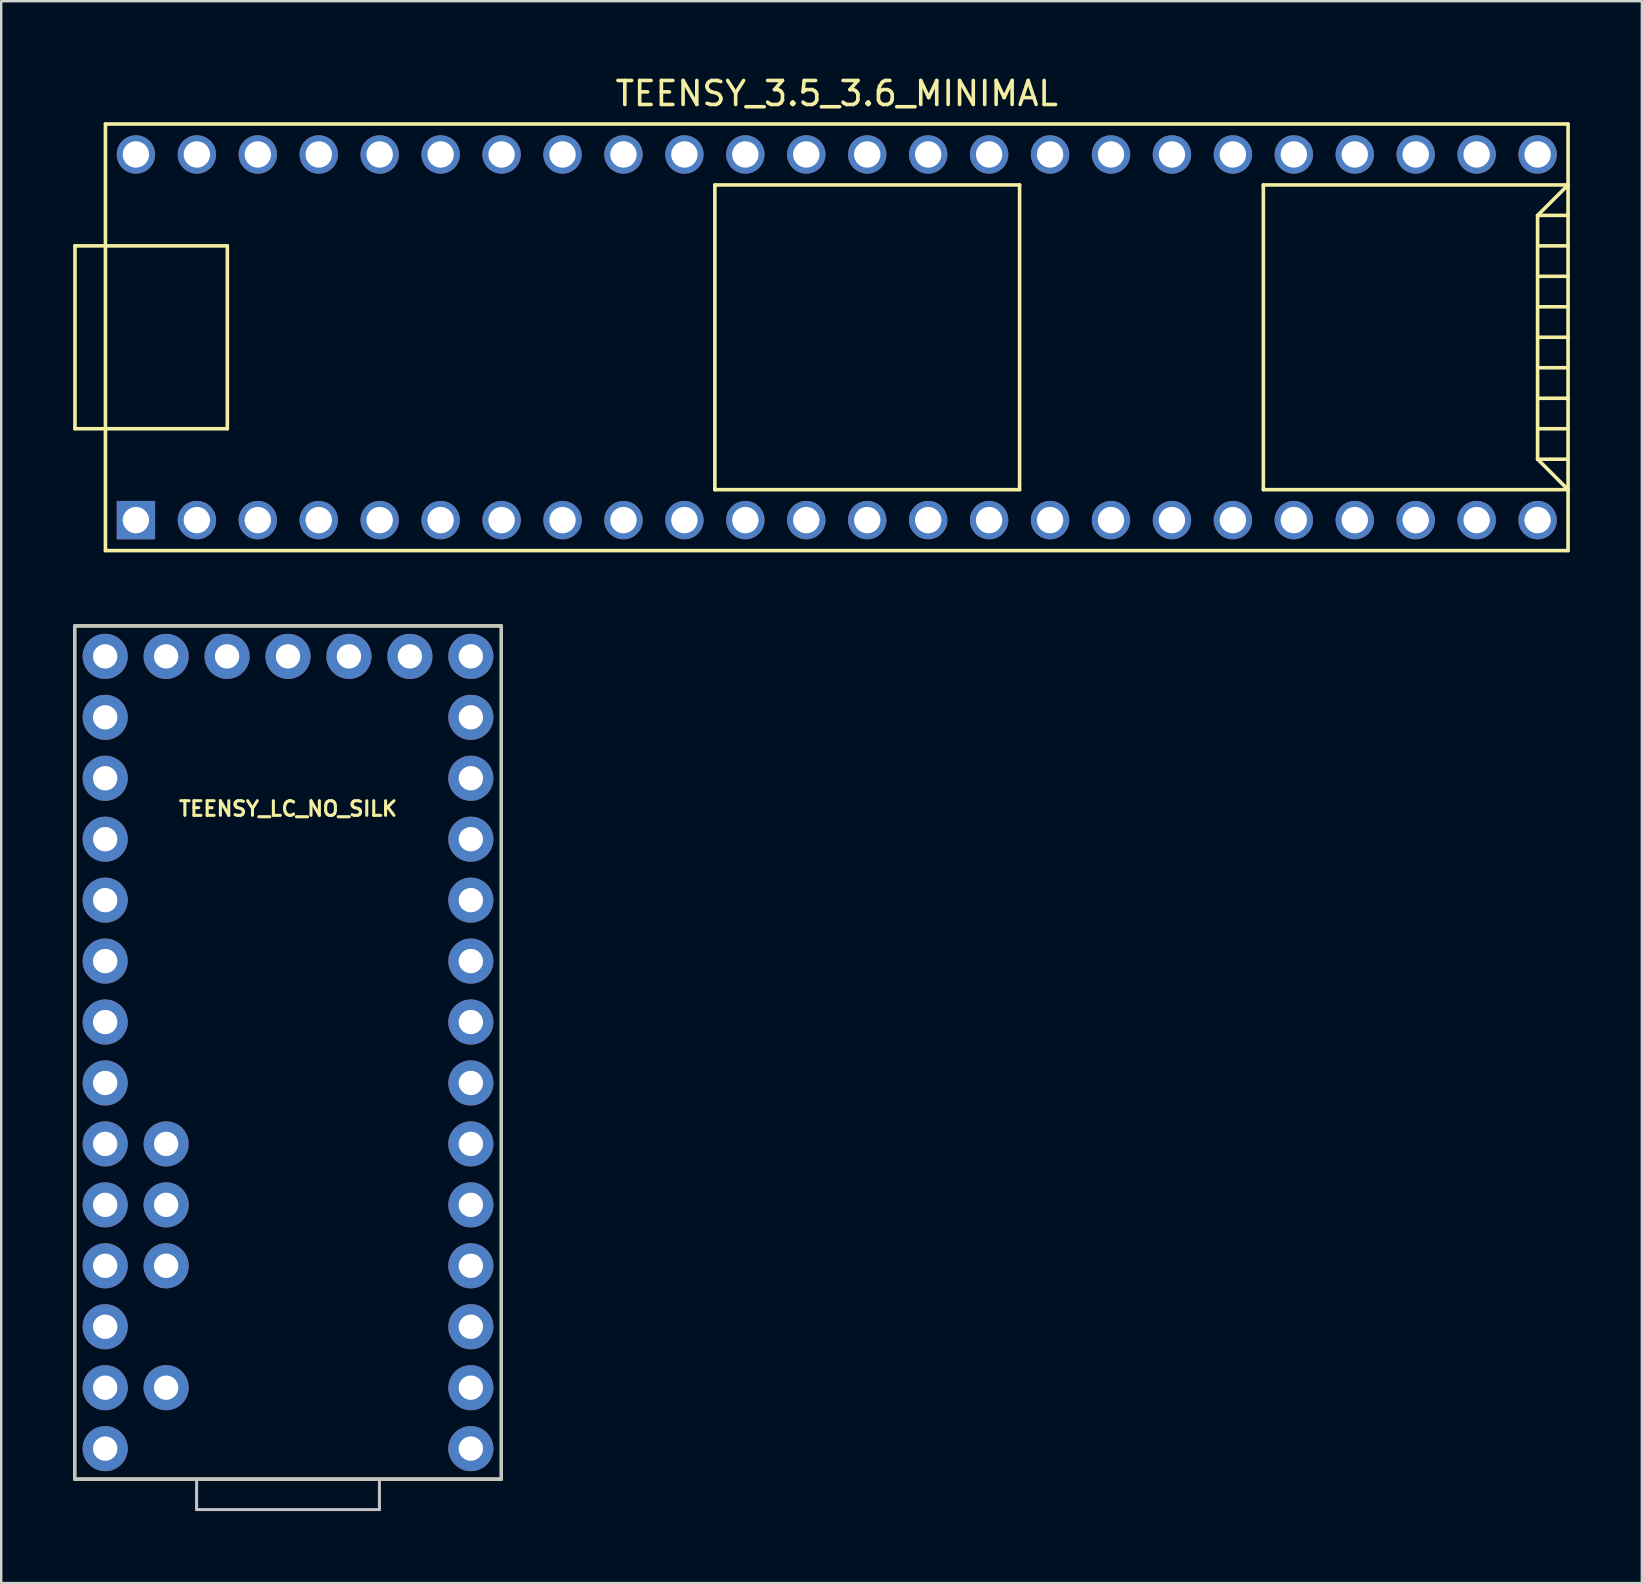
<source format=kicad_pcb>
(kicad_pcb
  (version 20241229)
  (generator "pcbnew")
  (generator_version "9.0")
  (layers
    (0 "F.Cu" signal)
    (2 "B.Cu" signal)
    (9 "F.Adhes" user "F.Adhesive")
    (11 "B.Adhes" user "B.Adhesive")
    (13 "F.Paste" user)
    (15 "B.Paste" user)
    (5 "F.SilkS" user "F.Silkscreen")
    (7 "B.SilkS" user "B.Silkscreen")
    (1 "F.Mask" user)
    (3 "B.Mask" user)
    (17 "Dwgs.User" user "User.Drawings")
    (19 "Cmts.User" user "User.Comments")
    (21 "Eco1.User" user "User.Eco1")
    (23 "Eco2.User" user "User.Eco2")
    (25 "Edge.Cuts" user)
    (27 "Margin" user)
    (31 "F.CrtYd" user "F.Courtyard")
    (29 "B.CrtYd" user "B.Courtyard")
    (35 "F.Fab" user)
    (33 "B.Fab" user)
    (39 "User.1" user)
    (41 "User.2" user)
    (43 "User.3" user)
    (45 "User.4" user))
  (footprint "TEENSY_3.5_3.6_MINIMAL"
    (layer "F.Cu")
    (at 31.825 11.008)
    (property "Reference" "TEENSY_3.5_3.6_MINIMAL" (at 0 -10.16 0) (layer "F.SilkS") (effects (font (size 1 1) (thickness 0.15))))
    (attr through_hole)
    (fp_line (start -31.75 -3.81) (end -30.48 -3.81) (stroke (width 0.15) (type solid)) (layer "F.SilkS"))
    (fp_line (start -31.75 3.81) (end -31.75 -3.81) (stroke (width 0.15) (type solid)) (layer "F.SilkS"))
    (fp_line (start -30.48 3.81) (end -31.75 3.81) (stroke (width 0.15) (type solid)) (layer "F.SilkS"))
    (fp_line (start -30.48 8.89) (end -30.48 -8.89) (stroke (width 0.15) (type solid)) (layer "F.SilkS"))
    (fp_line (start -30.48 8.89) (end 30.48 8.89) (stroke (width 0.15) (type solid)) (layer "F.SilkS"))
    (fp_line (start -25.4 -3.81) (end -30.48 -3.81) (stroke (width 0.15) (type solid)) (layer "F.SilkS"))
    (fp_line (start -25.4 3.81) (end -30.48 3.81) (stroke (width 0.15) (type solid)) (layer "F.SilkS"))
    (fp_line (start -25.4 3.81) (end -25.4 -3.81) (stroke (width 0.15) (type solid)) (layer "F.SilkS"))
    (fp_line (start -5.08 -6.35) (end -5.08 6.35) (stroke (width 0.15) (type solid)) (layer "F.SilkS"))
    (fp_line (start -5.08 -6.35) (end 7.62 -6.35) (stroke (width 0.15) (type solid)) (layer "F.SilkS"))
    (fp_line (start -5.08 6.35) (end 7.62 6.35) (stroke (width 0.15) (type solid)) (layer "F.SilkS"))
    (fp_line (start 7.62 6.35) (end 7.62 -6.35) (stroke (width 0.15) (type solid)) (layer "F.SilkS"))
    (fp_line (start 17.78 -6.35) (end 17.78 6.35) (stroke (width 0.15) (type solid)) (layer "F.SilkS"))
    (fp_line (start 17.78 6.35) (end 30.48 6.35) (stroke (width 0.15) (type solid)) (layer "F.SilkS"))
    (fp_line (start 29.21 -5.08) (end 30.48 -6.35) (stroke (width 0.15) (type solid)) (layer "F.SilkS"))
    (fp_line (start 29.21 -5.08) (end 30.48 -5.08) (stroke (width 0.15) (type solid)) (layer "F.SilkS"))
    (fp_line (start 29.21 -3.81) (end 30.48 -3.81) (stroke (width 0.15) (type solid)) (layer "F.SilkS"))
    (fp_line (start 29.21 -2.54) (end 30.48 -2.54) (stroke (width 0.15) (type solid)) (layer "F.SilkS"))
    (fp_line (start 29.21 -1.27) (end 30.48 -1.27) (stroke (width 0.15) (type solid)) (layer "F.SilkS"))
    (fp_line (start 29.21 0) (end 30.48 0) (stroke (width 0.15) (type solid)) (layer "F.SilkS"))
    (fp_line (start 29.21 1.27) (end 30.48 1.27) (stroke (width 0.15) (type solid)) (layer "F.SilkS"))
    (fp_line (start 29.21 2.54) (end 30.48 2.54) (stroke (width 0.15) (type solid)) (layer "F.SilkS"))
    (fp_line (start 29.21 3.81) (end 30.48 3.81) (stroke (width 0.15) (type solid)) (layer "F.SilkS"))
    (fp_line (start 29.21 5.08) (end 29.21 -5.08) (stroke (width 0.15) (type solid)) (layer "F.SilkS"))
    (fp_line (start 29.21 5.08) (end 30.48 5.08) (stroke (width 0.15) (type solid)) (layer "F.SilkS"))
    (fp_line (start 30.48 -8.89) (end -30.48 -8.89) (stroke (width 0.15) (type solid)) (layer "F.SilkS"))
    (fp_line (start 30.48 -8.89) (end 30.48 8.89) (stroke (width 0.15) (type solid)) (layer "F.SilkS"))
    (fp_line (start 30.48 -6.35) (end 17.78 -6.35) (stroke (width 0.15) (type solid)) (layer "F.SilkS"))
    (fp_line (start 30.48 6.35) (end 29.21 5.08) (stroke (width 0.15) (type solid)) (layer "F.SilkS"))
    (pad "1" thru_hole rect (at -29.21 7.62) (size 1.6 1.6) (drill 1.1) (layers "*.Cu" "*.Mask"))
    (pad "2" thru_hole circle (at -26.67 7.62) (size 1.6 1.6) (drill 1.1) (layers "*.Cu" "*.Mask"))
    (pad "3" thru_hole circle (at -24.13 7.62) (size 1.6 1.6) (drill 1.1) (layers "*.Cu" "*.Mask"))
    (pad "4" thru_hole circle (at -21.59 7.62) (size 1.6 1.6) (drill 1.1) (layers "*.Cu" "*.Mask"))
    (pad "5" thru_hole circle (at -19.05 7.62) (size 1.6 1.6) (drill 1.1) (layers "*.Cu" "*.Mask"))
    (pad "6" thru_hole circle (at -16.51 7.62) (size 1.6 1.6) (drill 1.1) (layers "*.Cu" "*.Mask"))
    (pad "7" thru_hole circle (at -13.97 7.62) (size 1.6 1.6) (drill 1.1) (layers "*.Cu" "*.Mask"))
    (pad "8" thru_hole circle (at -11.43 7.62) (size 1.6 1.6) (drill 1.1) (layers "*.Cu" "*.Mask"))
    (pad "9" thru_hole circle (at -8.89 7.62) (size 1.6 1.6) (drill 1.1) (layers "*.Cu" "*.Mask"))
    (pad "10" thru_hole circle (at -6.35 7.62) (size 1.6 1.6) (drill 1.1) (layers "*.Cu" "*.Mask"))
    (pad "11" thru_hole circle (at -3.81 7.62) (size 1.6 1.6) (drill 1.1) (layers "*.Cu" "*.Mask"))
    (pad "12" thru_hole circle (at -1.27 7.62) (size 1.6 1.6) (drill 1.1) (layers "*.Cu" "*.Mask"))
    (pad "13" thru_hole circle (at 1.27 7.62) (size 1.6 1.6) (drill 1.1) (layers "*.Cu" "*.Mask"))
    (pad "14" thru_hole circle (at 3.81 7.62) (size 1.6 1.6) (drill 1.1) (layers "*.Cu" "*.Mask"))
    (pad "15" thru_hole circle (at 6.35 7.62) (size 1.6 1.6) (drill 1.1) (layers "*.Cu" "*.Mask"))
    (pad "16" thru_hole circle (at 8.89 7.62) (size 1.6 1.6) (drill 1.1) (layers "*.Cu" "*.Mask"))
    (pad "17" thru_hole circle (at 11.43 7.62) (size 1.6 1.6) (drill 1.1) (layers "*.Cu" "*.Mask"))
    (pad "18" thru_hole circle (at 13.97 7.62) (size 1.6 1.6) (drill 1.1) (layers "*.Cu" "*.Mask"))
    (pad "19" thru_hole circle (at 16.51 7.62) (size 1.6 1.6) (drill 1.1) (layers "*.Cu" "*.Mask"))
    (pad "20" thru_hole circle (at 19.05 7.62) (size 1.6 1.6) (drill 1.1) (layers "*.Cu" "*.Mask"))
    (pad "21" thru_hole circle (at 21.59 7.62) (size 1.6 1.6) (drill 1.1) (layers "*.Cu" "*.Mask"))
    (pad "22" thru_hole circle (at 24.13 7.62) (size 1.6 1.6) (drill 1.1) (layers "*.Cu" "*.Mask"))
    (pad "23" thru_hole circle (at 26.67 7.62) (size 1.6 1.6) (drill 1.1) (layers "*.Cu" "*.Mask"))
    (pad "24" thru_hole circle (at 29.21 7.62) (size 1.6 1.6) (drill 1.1) (layers "*.Cu" "*.Mask"))
    (pad "25" thru_hole circle (at 29.21 -7.62) (size 1.6 1.6) (drill 1.1) (layers "*.Cu" "*.Mask"))
    (pad "26" thru_hole circle (at 26.67 -7.62) (size 1.6 1.6) (drill 1.1) (layers "*.Cu" "*.Mask"))
    (pad "27" thru_hole circle (at 24.13 -7.62) (size 1.6 1.6) (drill 1.1) (layers "*.Cu" "*.Mask"))
    (pad "28" thru_hole circle (at 21.59 -7.62) (size 1.6 1.6) (drill 1.1) (layers "*.Cu" "*.Mask"))
    (pad "29" thru_hole circle (at 19.05 -7.62) (size 1.6 1.6) (drill 1.1) (layers "*.Cu" "*.Mask"))
    (pad "30" thru_hole circle (at 16.51 -7.62) (size 1.6 1.6) (drill 1.1) (layers "*.Cu" "*.Mask"))
    (pad "31" thru_hole circle (at 13.97 -7.62) (size 1.6 1.6) (drill 1.1) (layers "*.Cu" "*.Mask"))
    (pad "32" thru_hole circle (at 11.43 -7.62) (size 1.6 1.6) (drill 1.1) (layers "*.Cu" "*.Mask"))
    (pad "33" thru_hole circle (at 8.89 -7.62) (size 1.6 1.6) (drill 1.1) (layers "*.Cu" "*.Mask"))
    (pad "34" thru_hole circle (at 6.35 -7.62) (size 1.6 1.6) (drill 1.1) (layers "*.Cu" "*.Mask"))
    (pad "35" thru_hole circle (at 3.81 -7.62) (size 1.6 1.6) (drill 1.1) (layers "*.Cu" "*.Mask"))
    (pad "36" thru_hole circle (at 1.27 -7.62) (size 1.6 1.6) (drill 1.1) (layers "*.Cu" "*.Mask"))
    (pad "37" thru_hole circle (at -1.27 -7.62) (size 1.6 1.6) (drill 1.1) (layers "*.Cu" "*.Mask"))
    (pad "38" thru_hole circle (at -3.81 -7.62) (size 1.6 1.6) (drill 1.1) (layers "*.Cu" "*.Mask"))
    (pad "39" thru_hole circle (at -6.35 -7.62) (size 1.6 1.6) (drill 1.1) (layers "*.Cu" "*.Mask"))
    (pad "40" thru_hole circle (at -8.89 -7.62) (size 1.6 1.6) (drill 1.1) (layers "*.Cu" "*.Mask"))
    (pad "41" thru_hole circle (at -11.43 -7.62) (size 1.6 1.6) (drill 1.1) (layers "*.Cu" "*.Mask"))
    (pad "42" thru_hole circle (at -13.97 -7.62) (size 1.6 1.6) (drill 1.1) (layers "*.Cu" "*.Mask"))
    (pad "43" thru_hole circle (at -16.51 -7.62) (size 1.6 1.6) (drill 1.1) (layers "*.Cu" "*.Mask"))
    (pad "44" thru_hole circle (at -19.05 -7.62) (size 1.6 1.6) (drill 1.1) (layers "*.Cu" "*.Mask"))
    (pad "45" thru_hole circle (at -21.59 -7.62) (size 1.6 1.6) (drill 1.1) (layers "*.Cu" "*.Mask"))
    (pad "46" thru_hole circle (at -24.13 -7.62) (size 1.6 1.6) (drill 1.1) (layers "*.Cu" "*.Mask"))
    (pad "47" thru_hole circle (at -26.67 -7.62) (size 1.6 1.6) (drill 1.1) (layers "*.Cu" "*.Mask"))
    (pad "48" thru_hole circle (at -29.21 -7.62) (size 1.6 1.6) (drill 1.1) (layers "*.Cu" "*.Mask")))
  (footprint "TEENSY_LC_NO_SILK"
    (layer "F.Cu")
    (at 8.954 40.817)
    (property "Reference" "TEENSY_LC_NO_SILK" (at 0 -10.16 0) (layer "F.SilkS") (effects (font (size 0.61 0.61) (thickness 0.127))))
    (attr exclude_from_pos_files exclude_from_bom)
    (fp_line (start -8.89 -17.78) (end 8.89 -17.78) (stroke (width 0.127) (type solid)) (layer "F.SilkS"))
    (fp_line (start -8.89 -17.78) (end 8.89 -17.78) (stroke (width 0.127) (type solid)) (layer "F.SilkS"))
    (fp_line (start -8.89 17.78) (end -8.89 -17.78) (stroke (width 0.127) (type solid)) (layer "F.SilkS"))
    (fp_line (start -8.89 17.78) (end -8.89 -17.78) (stroke (width 0.127) (type solid)) (layer "F.SilkS"))
    (fp_line (start 8.89 -17.78) (end 8.89 17.78) (stroke (width 0.127) (type solid)) (layer "F.SilkS"))
    (fp_line (start 8.89 -17.78) (end 8.89 17.78) (stroke (width 0.127) (type solid)) (layer "F.SilkS"))
    (fp_line (start 8.89 17.78) (end -8.89 17.78) (stroke (width 0.127) (type solid)) (layer "F.SilkS"))
    (fp_line (start 8.89 17.78) (end -8.89 17.78) (stroke (width 0.127) (type solid)) (layer "F.SilkS"))
    (fp_line (start -8.89 -17.78) (end 8.89 -17.78) (stroke (width 0.127) (type solid)) (layer "Dwgs.User"))
    (fp_line (start -8.89 17.78) (end -8.89 -17.78) (stroke (width 0.127) (type solid)) (layer "Dwgs.User"))
    (fp_line (start -3.81 17.78) (end -8.89 17.78) (stroke (width 0.127) (type solid)) (layer "Dwgs.User"))
    (fp_line (start -3.81 19.05) (end -3.81 17.78) (stroke (width 0.127) (type solid)) (layer "Dwgs.User"))
    (fp_line (start -3.81 19.05) (end 3.81 19.05) (stroke (width 0.127) (type solid)) (layer "Dwgs.User"))
    (fp_line (start 3.81 17.78) (end -3.81 17.78) (stroke (width 0.127) (type solid)) (layer "Dwgs.User"))
    (fp_line (start 3.81 19.05) (end 3.81 17.78) (stroke (width 0.127) (type solid)) (layer "Dwgs.User"))
    (fp_line (start 8.89 -17.78) (end 8.89 17.78) (stroke (width 0.127) (type solid)) (layer "Dwgs.User"))
    (fp_line (start 8.89 17.78) (end 3.81 17.78) (stroke (width 0.127) (type solid)) (layer "Dwgs.User"))
    (pad "0" thru_hole circle (at 7.62 13.97) (size 1.88 1.88) (drill 1.016) (layers "*.Cu" "*.Mask"))
    (pad "1" thru_hole circle (at 7.62 11.43) (size 1.88 1.88) (drill 1.016) (layers "*.Cu" "*.Mask"))
    (pad "2" thru_hole circle (at 7.62 8.89) (size 1.88 1.88) (drill 1.016) (layers "*.Cu" "*.Mask"))
    (pad "3" thru_hole circle (at 7.62 6.35) (size 1.88 1.88) (drill 1.016) (layers "*.Cu" "*.Mask"))
    (pad "3.3V" thru_hole circle (at 2.54 -16.51) (size 1.88 1.88) (drill 1.016) (layers "*.Cu" "*.Mask"))
    (pad "3V" thru_hole circle (at -7.62 11.43) (size 1.88 1.88) (drill 1.016) (layers "*.Cu" "*.Mask"))
    (pad "4" thru_hole circle (at 7.62 3.81) (size 1.88 1.88) (drill 1.016) (layers "*.Cu" "*.Mask"))
    (pad "5" thru_hole circle (at 7.62 1.27) (size 1.88 1.88) (drill 1.016) (layers "*.Cu" "*.Mask"))
    (pad "6" thru_hole circle (at 7.62 -1.27) (size 1.88 1.88) (drill 1.016) (layers "*.Cu" "*.Mask"))
    (pad "7" thru_hole circle (at 7.62 -3.81) (size 1.88 1.88) (drill 1.016) (layers "*.Cu" "*.Mask"))
    (pad "8" thru_hole circle (at 7.62 -6.35) (size 1.88 1.88) (drill 1.016) (layers "*.Cu" "*.Mask"))
    (pad "9" thru_hole circle (at 7.62 -8.89) (size 1.88 1.88) (drill 1.016) (layers "*.Cu" "*.Mask"))
    (pad "10" thru_hole circle (at 7.62 -11.43) (size 1.88 1.88) (drill 1.016) (layers "*.Cu" "*.Mask"))
    (pad "11" thru_hole circle (at 7.62 -13.97) (size 1.88 1.88) (drill 1.016) (layers "*.Cu" "*.Mask"))
    (pad "12" thru_hole circle (at 7.62 -16.51) (size 1.88 1.88) (drill 1.016) (layers "*.Cu" "*.Mask"))
    (pad "13" thru_hole circle (at -7.62 -16.51) (size 1.88 1.88) (drill 1.016) (layers "*.Cu" "*.Mask"))
    (pad "14" thru_hole circle (at -7.62 -13.97) (size 1.88 1.88) (drill 1.016) (layers "*.Cu" "*.Mask"))
    (pad "15" thru_hole circle (at -7.62 -11.43) (size 1.88 1.88) (drill 1.016) (layers "*.Cu" "*.Mask"))
    (pad "16" thru_hole circle (at -7.62 -8.89) (size 1.88 1.88) (drill 1.016) (layers "*.Cu" "*.Mask"))
    (pad "17" thru_hole circle (at -7.62 -6.35) (size 1.88 1.88) (drill 1.016) (layers "*.Cu" "*.Mask"))
    (pad "17VIN" thru_hole circle (at 5.08 -16.51) (size 1.88 1.88) (drill 1.016) (layers "*.Cu" "*.Mask"))
    (pad "18" thru_hole circle (at -7.62 -3.81) (size 1.88 1.88) (drill 1.016) (layers "*.Cu" "*.Mask"))
    (pad "19" thru_hole circle (at -7.62 -1.27) (size 1.88 1.88) (drill 1.016) (layers "*.Cu" "*.Mask"))
    (pad "20" thru_hole circle (at -7.62 1.27) (size 1.88 1.88) (drill 1.016) (layers "*.Cu" "*.Mask"))
    (pad "21" thru_hole circle (at -7.62 3.81) (size 1.88 1.88) (drill 1.016) (layers "*.Cu" "*.Mask"))
    (pad "22" thru_hole circle (at -7.62 6.35) (size 1.88 1.88) (drill 1.016) (layers "*.Cu" "*.Mask"))
    (pad "23" thru_hole circle (at -7.62 8.89) (size 1.88 1.88) (drill 1.016) (layers "*.Cu" "*.Mask"))
    (pad "A10" thru_hole circle (at -5.08 6.35) (size 1.88 1.88) (drill 1.016) (layers "*.Cu" "*.Mask"))
    (pad "A11" thru_hole circle (at -5.08 3.81) (size 1.88 1.88) (drill 1.016) (layers "*.Cu" "*.Mask"))
    (pad "A12" thru_hole circle (at -5.08 -16.51) (size 1.88 1.88) (drill 1.016) (layers "*.Cu" "*.Mask"))
    (pad "AGND" thru_hole circle (at -7.62 13.97) (size 1.88 1.88) (drill 1.016) (layers "*.Cu" "*.Mask"))
    (pad "AREF" thru_hole circle (at -5.08 8.89) (size 1.88 1.88) (drill 1.016) (layers "*.Cu" "*.Mask"))
    (pad "GND1" thru_hole circle (at 7.62 16.51) (size 1.88 1.88) (drill 1.016) (layers "*.Cu" "*.Mask"))
    (pad "GND2" thru_hole circle (at 0 -16.51) (size 1.88 1.88) (drill 1.016) (layers "*.Cu" "*.Mask"))
    (pad "PROG" thru_hole circle (at -2.54 -16.51) (size 1.88 1.88) (drill 1.016) (layers "*.Cu" "*.Mask"))
    (pad "VIN" thru_hole circle (at -7.62 16.51) (size 1.88 1.88) (drill 1.016) (layers "*.Cu" "*.Mask"))
    (pad "VUSB" thru_hole circle (at -5.08 13.97) (size 1.88 1.88) (drill 1.016) (layers "*.Cu" "*.Mask")))
  (gr_rect
    (start -3 -3)
    (end 65.38 62.93)
    (stroke (width 0.1) (type default))
    (fill no)
    (layer "Edge.Cuts")))
</source>
